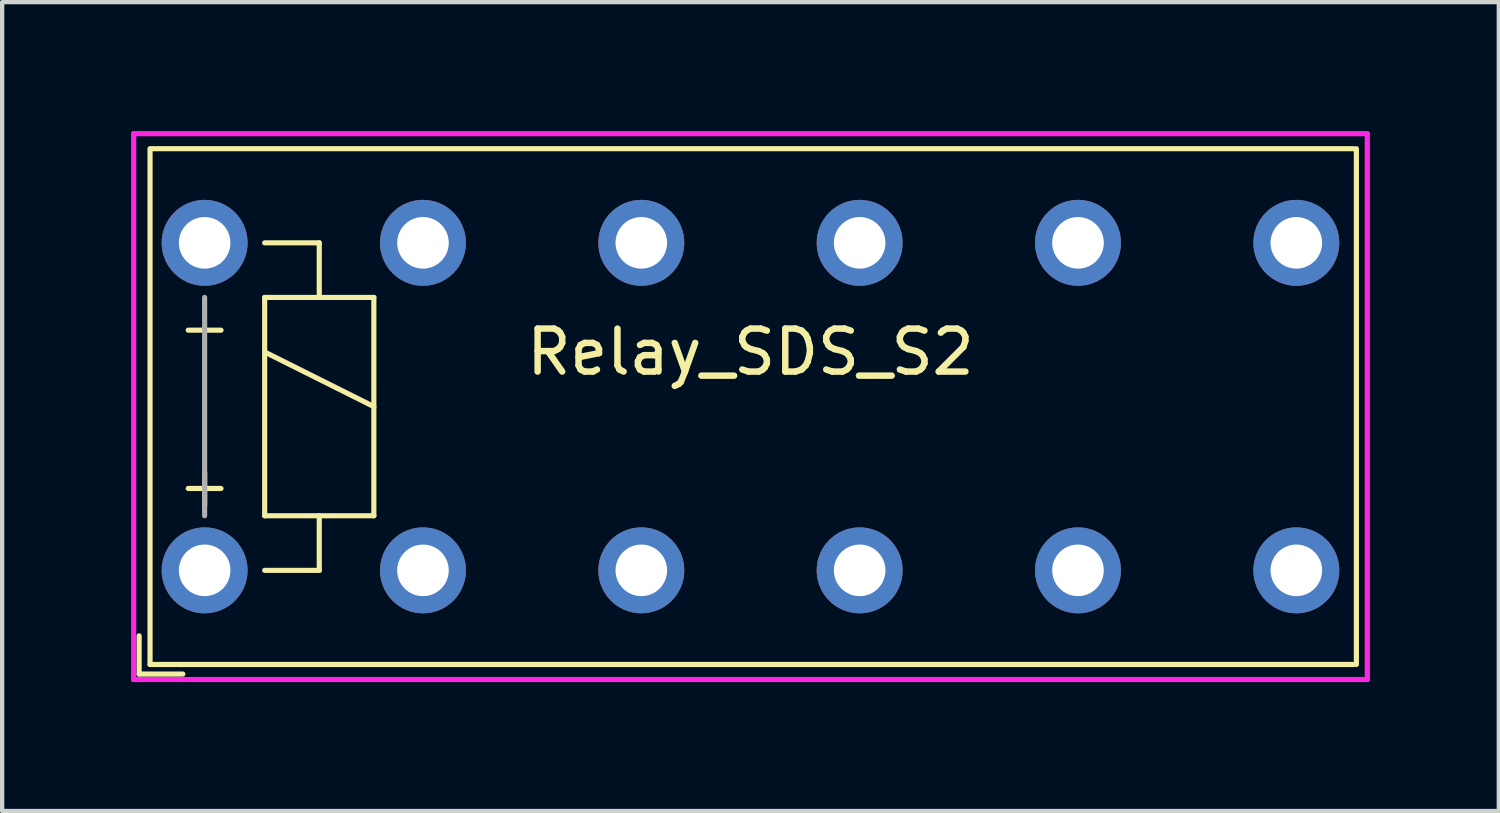
<source format=kicad_pcb>
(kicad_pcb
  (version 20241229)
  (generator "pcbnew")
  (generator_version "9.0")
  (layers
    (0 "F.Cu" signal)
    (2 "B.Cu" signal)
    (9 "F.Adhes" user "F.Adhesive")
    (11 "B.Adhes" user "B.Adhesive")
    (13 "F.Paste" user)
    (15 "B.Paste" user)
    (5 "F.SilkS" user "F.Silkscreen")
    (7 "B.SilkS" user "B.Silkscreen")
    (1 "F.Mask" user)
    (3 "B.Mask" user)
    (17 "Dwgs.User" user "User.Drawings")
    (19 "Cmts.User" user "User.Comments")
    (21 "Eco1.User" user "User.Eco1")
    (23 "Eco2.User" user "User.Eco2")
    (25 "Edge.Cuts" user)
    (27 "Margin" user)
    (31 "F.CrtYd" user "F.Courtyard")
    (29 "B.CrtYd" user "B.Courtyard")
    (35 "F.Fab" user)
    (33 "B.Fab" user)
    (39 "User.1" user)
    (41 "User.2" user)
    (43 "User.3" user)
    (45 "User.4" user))
  (footprint "Relay_SDS_S2"
    (layer "F.Cu")
    (at 1.711 10.22)
    (property "Reference" "Relay_SDS_S2" (at 12.7 -5.08 0) (layer "F.SilkS") (effects (font (size 1 1) (thickness 0.15))))
    (attr through_hole)
    (fp_line (start -1.524 1.524) (end -1.524 2.413) (stroke (width 0.12) (type solid)) (layer "F.SilkS"))
    (fp_line (start -1.524 2.413) (end -0.508 2.413) (stroke (width 0.12) (type solid)) (layer "F.SilkS"))
    (fp_line (start -1.27 -9.81) (end 26.73 -9.81) (stroke (width 0.12) (type solid)) (layer "F.SilkS"))
    (fp_line (start -1.27 -9.77) (end -1.27 2.19) (stroke (width 0.12) (type solid)) (layer "F.SilkS"))
    (fp_line (start -1.27 2.19) (end 26.73 2.19) (stroke (width 0.12) (type solid)) (layer "F.SilkS"))
    (fp_line (start -0.381 -5.588) (end 0.381 -5.588) (stroke (width 0.12) (type solid)) (layer "F.SilkS"))
    (fp_line (start -0.381 -1.905) (end 0.381 -1.905) (stroke (width 0.12) (type solid)) (layer "F.SilkS"))
    (fp_line (start 0 -2.286) (end 0 -1.524) (stroke (width 0.12) (type solid)) (layer "F.SilkS"))
    (fp_line (start 1.397 -7.62) (end 2.667 -7.62) (stroke (width 0.12) (type solid)) (layer "F.SilkS"))
    (fp_line (start 1.397 -6.35) (end 2.667 -6.35) (stroke (width 0.12) (type solid)) (layer "F.SilkS"))
    (fp_line (start 1.397 -5.08) (end 3.937 -3.81) (stroke (width 0.12) (type solid)) (layer "F.SilkS"))
    (fp_line (start 1.397 -1.27) (end 1.397 -6.35) (stroke (width 0.12) (type solid)) (layer "F.SilkS"))
    (fp_line (start 2.667 -7.62) (end 2.667 -6.35) (stroke (width 0.12) (type solid)) (layer "F.SilkS"))
    (fp_line (start 2.667 -6.35) (end 3.937 -6.35) (stroke (width 0.12) (type solid)) (layer "F.SilkS"))
    (fp_line (start 2.667 -1.27) (end 2.667 0) (stroke (width 0.12) (type solid)) (layer "F.SilkS"))
    (fp_line (start 2.667 0) (end 1.397 0) (stroke (width 0.12) (type solid)) (layer "F.SilkS"))
    (fp_line (start 3.937 -6.35) (end 3.937 -1.27) (stroke (width 0.12) (type solid)) (layer "F.SilkS"))
    (fp_line (start 3.937 -1.27) (end 1.397 -1.27) (stroke (width 0.12) (type solid)) (layer "F.SilkS"))
    (fp_line (start 26.797 -9.81) (end 26.797 2.19) (stroke (width 0.12) (type solid)) (layer "F.SilkS"))
    (fp_line (start -1.651 -10.16) (end -1.651 2.54) (stroke (width 0.12) (type solid)) (layer "F.CrtYd"))
    (fp_line (start -1.651 2.54) (end 27.051 2.54) (stroke (width 0.12) (type solid)) (layer "F.CrtYd"))
    (fp_line (start 27.051 -10.16) (end -1.651 -10.16) (stroke (width 0.12) (type solid)) (layer "F.CrtYd"))
    (fp_line (start 27.051 2.54) (end 27.051 -10.16) (stroke (width 0.12) (type solid)) (layer "F.CrtYd"))
    (fp_line (start 0 -6.35) (end 0 -1.27) (stroke (width 0.12) (type solid)) (layer "F.Fab"))
    (pad "1" thru_hole circle (at 0 0) (size 2 2) (drill 1.2) (layers "*.Cu" "*.Mask"))
    (pad "2" thru_hole circle (at 5.08 0) (size 2 2) (drill 1.2) (layers "*.Cu" "*.Mask"))
    (pad "3" thru_hole circle (at 10.16 0) (size 2 2) (drill 1.2) (layers "*.Cu" "*.Mask"))
    (pad "4" thru_hole circle (at 15.24 0) (size 2 2) (drill 1.2) (layers "*.Cu" "*.Mask"))
    (pad "5" thru_hole circle (at 20.32 0) (size 2 2) (drill 1.2) (layers "*.Cu" "*.Mask"))
    (pad "6" thru_hole circle (at 25.4 0) (size 2 2) (drill 1.2) (layers "*.Cu" "*.Mask"))
    (pad "7" thru_hole circle (at 25.4 -7.62) (size 2 2) (drill 1.2) (layers "*.Cu" "*.Mask"))
    (pad "8" thru_hole circle (at 20.32 -7.62) (size 2 2) (drill 1.2) (layers "*.Cu" "*.Mask"))
    (pad "9" thru_hole circle (at 15.24 -7.62) (size 2 2) (drill 1.2) (layers "*.Cu" "*.Mask"))
    (pad "10" thru_hole circle (at 10.16 -7.62) (size 2 2) (drill 1.2) (layers "*.Cu" "*.Mask"))
    (pad "11" thru_hole circle (at 5.08 -7.62) (size 2 2) (drill 1.2) (layers "*.Cu" "*.Mask"))
    (pad "12" thru_hole circle (at 0 -7.62) (size 2 2) (drill 1.2) (layers "*.Cu" "*.Mask")))
  (gr_rect
    (start -3 -3)
    (end 31.822 15.82)
    (stroke (width 0.1) (type default))
    (fill no)
    (layer "Edge.Cuts")))
</source>
